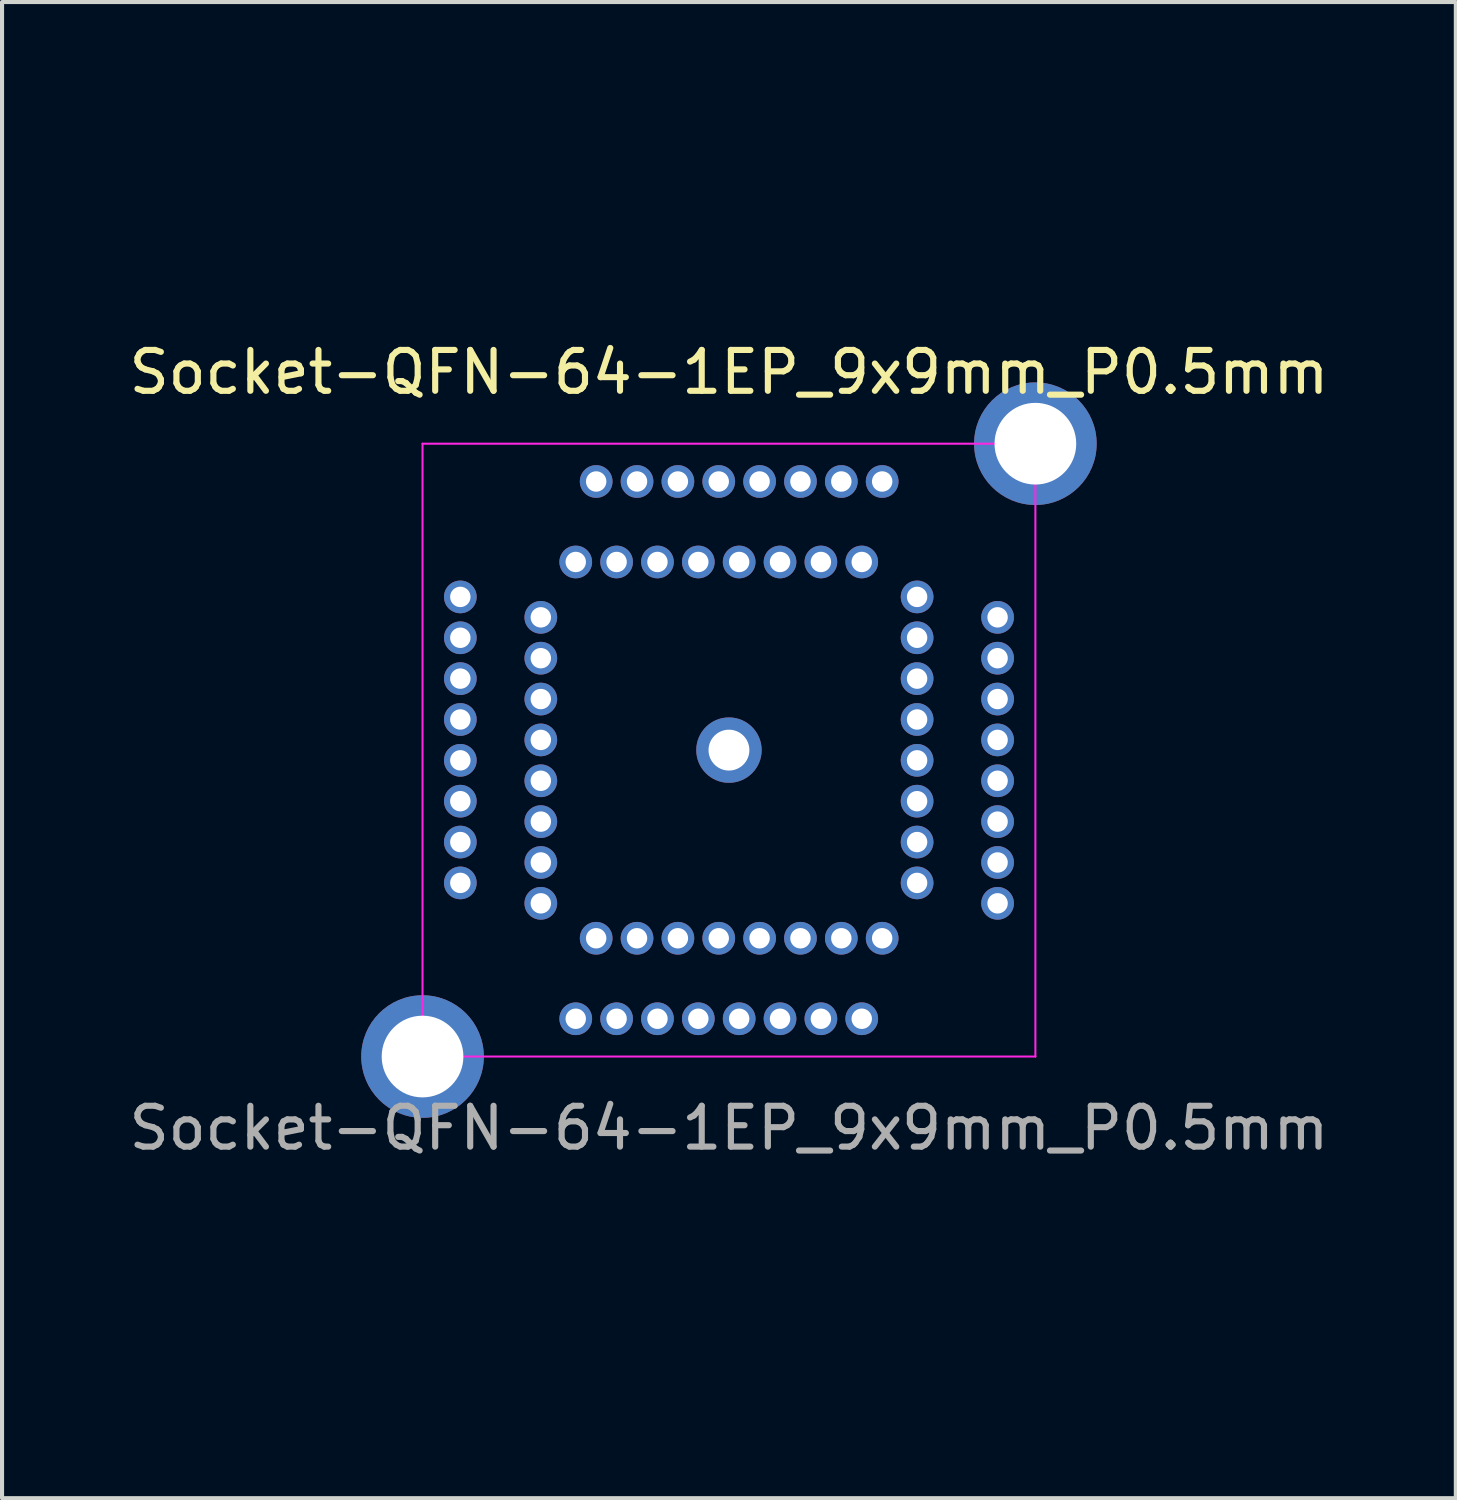
<source format=kicad_pcb>
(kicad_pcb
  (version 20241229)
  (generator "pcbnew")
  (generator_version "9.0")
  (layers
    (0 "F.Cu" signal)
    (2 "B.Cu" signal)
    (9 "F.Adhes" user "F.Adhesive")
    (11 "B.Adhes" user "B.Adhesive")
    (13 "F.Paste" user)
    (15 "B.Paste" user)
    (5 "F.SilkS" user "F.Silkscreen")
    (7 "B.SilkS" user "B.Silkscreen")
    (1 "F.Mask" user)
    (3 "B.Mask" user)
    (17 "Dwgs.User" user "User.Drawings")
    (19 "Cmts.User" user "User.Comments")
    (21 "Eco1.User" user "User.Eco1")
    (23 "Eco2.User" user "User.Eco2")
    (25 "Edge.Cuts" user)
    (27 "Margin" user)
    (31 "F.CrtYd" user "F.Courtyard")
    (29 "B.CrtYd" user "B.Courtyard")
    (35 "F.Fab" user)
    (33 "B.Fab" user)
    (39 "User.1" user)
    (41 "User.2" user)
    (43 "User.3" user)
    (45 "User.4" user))
  (footprint "Socket-QFN-64-1EP_9x9mm_P0.5mm"
    (layer "F.Cu")
    (at 14.792 15.31)
    (property "Reference" "Socket-QFN-64-1EP_9x9mm_P0.5mm" (at 0 -9.25 0) (layer "F.SilkS") (effects (font (size 1 1) (thickness 0.15))))
    (attr smd)
    (fp_line (start -7.5 -7.5) (end -7.5 7.5) (stroke (width 0.05) (type solid)) (layer "F.CrtYd"))
    (fp_line (start -7.5 7.5) (end 7.5 7.5) (stroke (width 0.05) (type solid)) (layer "F.CrtYd"))
    (fp_line (start 7.5 -7.5) (end -7.5 -7.5) (stroke (width 0.05) (type solid)) (layer "F.CrtYd"))
    (fp_line (start 7.5 7.5) (end 7.5 -7.5) (stroke (width 0.05) (type solid)) (layer "F.CrtYd"))
    (fp_line (start -11.75 -15.25) (end -11.275 -15.25) (stroke (width 0.12) (type solid)) (layer "User.1"))
    (fp_line (start -11.75 -14.775) (end -11.75 -15.25) (stroke (width 0.12) (type solid)) (layer "User.1"))
    (fp_line (start -11.75 14.75) (end -11.75 15.225) (stroke (width 0.12) (type solid)) (layer "User.1"))
    (fp_line (start -11.238 15.225) (end -11.713 15.225) (stroke (width 0.12) (type solid)) (layer "User.1"))
    (fp_line (start 11.75 -15.25) (end 11.275 -15.25) (stroke (width 0.12) (type solid)) (layer "User.1"))
    (fp_line (start 11.75 -14.775) (end 11.75 -15.25) (stroke (width 0.12) (type solid)) (layer "User.1"))
    (fp_line (start 11.75 14.775) (end 11.75 15.25) (stroke (width 0.12) (type solid)) (layer "User.1"))
    (fp_line (start 11.75 15.25) (end 11.275 15.25) (stroke (width 0.12) (type solid)) (layer "User.1"))
    (fp_line (start -11.5 -15) (end 11.5 -15) (stroke (width 0.1) (type default)) (layer "User.2"))
    (fp_line (start -11.5 15) (end -11.5 -15) (stroke (width 0.1) (type default)) (layer "User.2"))
    (fp_line (start 11.5 -15) (end 11.5 15) (stroke (width 0.1) (type default)) (layer "User.2"))
    (fp_line (start 11.5 15) (end -11.5 15) (stroke (width 0.1) (type default)) (layer "User.2"))
    (fp_text user "${REFERENCE}" (at 0 9.25 0) (layer "F.Fab") (effects (font (size 1 1) (thickness 0.15))))
    (pad "1" thru_hole circle (at -3.75 6.575 90) (size 0.8 0.8) (drill 0.5) (layers "*.Cu" "*.Mask"))
    (pad "2" thru_hole circle (at -3.25 4.605 90) (size 0.8 0.8) (drill 0.5) (layers "*.Cu" "*.Mask"))
    (pad "3" thru_hole circle (at -2.75 6.575 90) (size 0.8 0.8) (drill 0.5) (layers "*.Cu" "*.Mask"))
    (pad "4" thru_hole circle (at -2.25 4.605 90) (size 0.8 0.8) (drill 0.5) (layers "*.Cu" "*.Mask"))
    (pad "5" thru_hole circle (at -1.75 6.575 90) (size 0.8 0.8) (drill 0.5) (layers "*.Cu" "*.Mask"))
    (pad "6" thru_hole circle (at -1.25 4.605 90) (size 0.8 0.8) (drill 0.5) (layers "*.Cu" "*.Mask"))
    (pad "7" thru_hole circle (at -0.75 6.575 90) (size 0.8 0.8) (drill 0.5) (layers "*.Cu" "*.Mask"))
    (pad "8" thru_hole circle (at -0.25 4.605 90) (size 0.8 0.8) (drill 0.5) (layers "*.Cu" "*.Mask"))
    (pad "9" thru_hole circle (at 0.25 6.575 90) (size 0.8 0.8) (drill 0.5) (layers "*.Cu" "*.Mask"))
    (pad "10" thru_hole circle (at 0.75 4.605 90) (size 0.8 0.8) (drill 0.5) (layers "*.Cu" "*.Mask"))
    (pad "11" thru_hole circle (at 1.25 6.575 90) (size 0.8 0.8) (drill 0.5) (layers "*.Cu" "*.Mask"))
    (pad "12" thru_hole circle (at 1.75 4.605 90) (size 0.8 0.8) (drill 0.5) (layers "*.Cu" "*.Mask"))
    (pad "13" thru_hole circle (at 2.25 6.575 90) (size 0.8 0.8) (drill 0.5) (layers "*.Cu" "*.Mask"))
    (pad "14" thru_hole circle (at 2.75 4.605 90) (size 0.8 0.8) (drill 0.5) (layers "*.Cu" "*.Mask"))
    (pad "15" thru_hole circle (at 3.25 6.575 90) (size 0.8 0.8) (drill 0.5) (layers "*.Cu" "*.Mask"))
    (pad "16" thru_hole circle (at 3.75 4.605 90) (size 0.8 0.8) (drill 0.5) (layers "*.Cu" "*.Mask"))
    (pad "17" thru_hole circle (at 6.575 3.75 90) (size 0.8 0.8) (drill 0.5) (layers "*.Cu" "*.Mask"))
    (pad "18" thru_hole circle (at 4.605 3.25 90) (size 0.8 0.8) (drill 0.5) (layers "*.Cu" "*.Mask"))
    (pad "19" thru_hole circle (at 6.575 2.75 90) (size 0.8 0.8) (drill 0.5) (layers "*.Cu" "*.Mask"))
    (pad "20" thru_hole circle (at 4.605 2.25 90) (size 0.8 0.8) (drill 0.5) (layers "*.Cu" "*.Mask"))
    (pad "21" thru_hole circle (at 6.575 1.75 90) (size 0.8 0.8) (drill 0.5) (layers "*.Cu" "*.Mask"))
    (pad "22" thru_hole circle (at 4.605 1.25 90) (size 0.8 0.8) (drill 0.5) (layers "*.Cu" "*.Mask"))
    (pad "23" thru_hole circle (at 6.575 0.75 90) (size 0.8 0.8) (drill 0.5) (layers "*.Cu" "*.Mask"))
    (pad "24" thru_hole circle (at 4.605 0.25 90) (size 0.8 0.8) (drill 0.5) (layers "*.Cu" "*.Mask"))
    (pad "25" thru_hole circle (at 6.575 -0.25 90) (size 0.8 0.8) (drill 0.5) (layers "*.Cu" "*.Mask"))
    (pad "26" thru_hole circle (at 4.605 -0.75 90) (size 0.8 0.8) (drill 0.5) (layers "*.Cu" "*.Mask"))
    (pad "27" thru_hole circle (at 6.575 -1.25 90) (size 0.8 0.8) (drill 0.5) (layers "*.Cu" "*.Mask"))
    (pad "28" thru_hole circle (at 4.605 -1.75 90) (size 0.8 0.8) (drill 0.5) (layers "*.Cu" "*.Mask"))
    (pad "29" thru_hole circle (at 6.575 -2.25 90) (size 0.8 0.8) (drill 0.5) (layers "*.Cu" "*.Mask"))
    (pad "30" thru_hole circle (at 4.605 -2.75 90) (size 0.8 0.8) (drill 0.5) (layers "*.Cu" "*.Mask"))
    (pad "31" thru_hole circle (at 6.575 -3.25 90) (size 0.8 0.8) (drill 0.5) (layers "*.Cu" "*.Mask"))
    (pad "32" thru_hole circle (at 4.605 -3.75 90) (size 0.8 0.8) (drill 0.5) (layers "*.Cu" "*.Mask"))
    (pad "33" thru_hole circle (at 3.75 -6.575 90) (size 0.8 0.8) (drill 0.5) (layers "*.Cu" "*.Mask"))
    (pad "34" thru_hole circle (at 3.25 -4.605 90) (size 0.8 0.8) (drill 0.5) (layers "*.Cu" "*.Mask"))
    (pad "35" thru_hole circle (at 2.75 -6.575 90) (size 0.8 0.8) (drill 0.5) (layers "*.Cu" "*.Mask"))
    (pad "36" thru_hole circle (at 2.25 -4.605 90) (size 0.8 0.8) (drill 0.5) (layers "*.Cu" "*.Mask"))
    (pad "37" thru_hole circle (at 1.75 -6.575 90) (size 0.8 0.8) (drill 0.5) (layers "*.Cu" "*.Mask"))
    (pad "38" thru_hole circle (at 1.25 -4.605 90) (size 0.8 0.8) (drill 0.5) (layers "*.Cu" "*.Mask"))
    (pad "39" thru_hole circle (at 0.75 -6.575 90) (size 0.8 0.8) (drill 0.5) (layers "*.Cu" "*.Mask"))
    (pad "40" thru_hole circle (at 0.25 -4.605 90) (size 0.8 0.8) (drill 0.5) (layers "*.Cu" "*.Mask"))
    (pad "41" thru_hole circle (at -0.25 -6.575 90) (size 0.8 0.8) (drill 0.5) (layers "*.Cu" "*.Mask"))
    (pad "42" thru_hole circle (at -0.75 -4.605 90) (size 0.8 0.8) (drill 0.5) (layers "*.Cu" "*.Mask"))
    (pad "43" thru_hole circle (at -1.25 -6.575 90) (size 0.8 0.8) (drill 0.5) (layers "*.Cu" "*.Mask"))
    (pad "44" thru_hole circle (at -1.75 -4.605 90) (size 0.8 0.8) (drill 0.5) (layers "*.Cu" "*.Mask"))
    (pad "45" thru_hole circle (at -2.25 -6.575 90) (size 0.8 0.8) (drill 0.5) (layers "*.Cu" "*.Mask"))
    (pad "46" thru_hole circle (at -2.75 -4.605 90) (size 0.8 0.8) (drill 0.5) (layers "*.Cu" "*.Mask"))
    (pad "47" thru_hole circle (at -3.25 -6.575 90) (size 0.8 0.8) (drill 0.5) (layers "*.Cu" "*.Mask"))
    (pad "48" thru_hole circle (at -3.75 -4.605 90) (size 0.8 0.8) (drill 0.5) (layers "*.Cu" "*.Mask"))
    (pad "49" thru_hole circle (at -6.575 -3.75 90) (size 0.8 0.8) (drill 0.5) (layers "*.Cu" "*.Mask"))
    (pad "50" thru_hole circle (at -4.605 -3.25 90) (size 0.8 0.8) (drill 0.5) (layers "*.Cu" "*.Mask"))
    (pad "51" thru_hole circle (at -6.575 -2.75 90) (size 0.8 0.8) (drill 0.5) (layers "*.Cu" "*.Mask"))
    (pad "52" thru_hole circle (at -4.605 -2.25 90) (size 0.8 0.8) (drill 0.5) (layers "*.Cu" "*.Mask"))
    (pad "53" thru_hole circle (at -6.575 -1.75 90) (size 0.8 0.8) (drill 0.5) (layers "*.Cu" "*.Mask"))
    (pad "54" thru_hole circle (at -4.605 -1.25 90) (size 0.8 0.8) (drill 0.5) (layers "*.Cu" "*.Mask"))
    (pad "55" thru_hole circle (at -6.575 -0.75 90) (size 0.8 0.8) (drill 0.5) (layers "*.Cu" "*.Mask"))
    (pad "56" thru_hole circle (at -4.605 -0.25 90) (size 0.8 0.8) (drill 0.5) (layers "*.Cu" "*.Mask"))
    (pad "57" thru_hole circle (at -6.575 0.25 90) (size 0.8 0.8) (drill 0.5) (layers "*.Cu" "*.Mask"))
    (pad "58" thru_hole circle (at -4.605 0.75 90) (size 0.8 0.8) (drill 0.5) (layers "*.Cu" "*.Mask"))
    (pad "59" thru_hole circle (at -6.575 1.25 90) (size 0.8 0.8) (drill 0.5) (layers "*.Cu" "*.Mask"))
    (pad "60" thru_hole circle (at -4.605 1.75 90) (size 0.8 0.8) (drill 0.5) (layers "*.Cu" "*.Mask"))
    (pad "61" thru_hole circle (at -6.575 2.25 90) (size 0.8 0.8) (drill 0.5) (layers "*.Cu" "*.Mask"))
    (pad "62" thru_hole circle (at -4.605 2.75 90) (size 0.8 0.8) (drill 0.5) (layers "*.Cu" "*.Mask"))
    (pad "63" thru_hole circle (at -6.575 3.25 90) (size 0.8 0.8) (drill 0.5) (layers "*.Cu" "*.Mask"))
    (pad "64" thru_hole circle (at -4.605 3.75 90) (size 0.8 0.8) (drill 0.5) (layers "*.Cu" "*.Mask"))
    (pad "65" thru_hole circle (at 0 0 90) (size 1.6 1.6) (drill 1) (layers "*.Cu" "*.Mask"))
    (pad "GND" thru_hole circle (at -7.5 7.5 90) (size 3 3) (drill 2) (layers "*.Cu" "*.Mask"))
    (pad "GND" thru_hole circle (at 7.5 -7.5 90) (size 3 3) (drill 2) (layers "*.Cu" "*.Mask")))
  (gr_rect
    (start -3 -3)
    (end 32.583 33.62)
    (stroke (width 0.1) (type default))
    (fill no)
    (layer "Edge.Cuts")))
</source>
